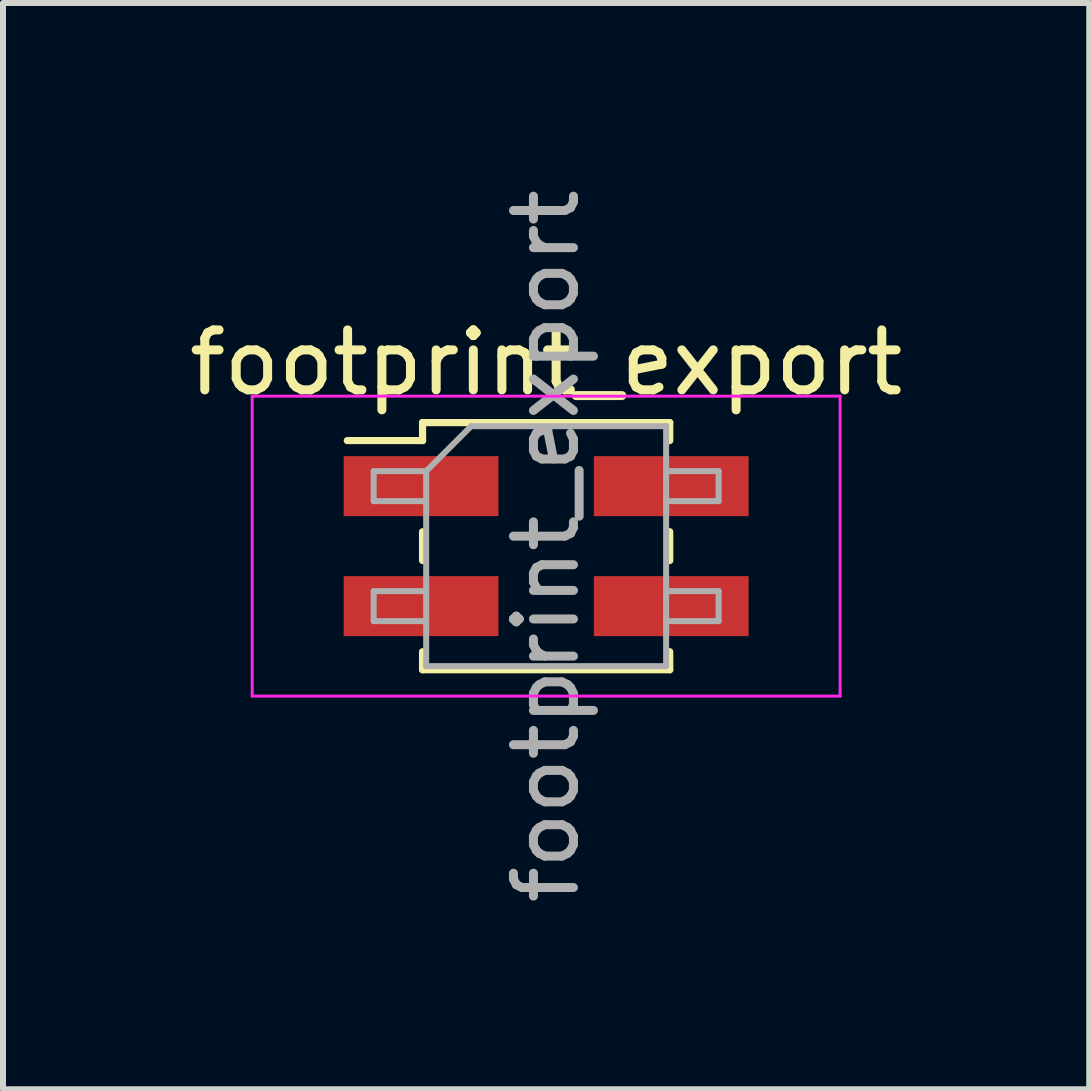
<source format=kicad_pcb>
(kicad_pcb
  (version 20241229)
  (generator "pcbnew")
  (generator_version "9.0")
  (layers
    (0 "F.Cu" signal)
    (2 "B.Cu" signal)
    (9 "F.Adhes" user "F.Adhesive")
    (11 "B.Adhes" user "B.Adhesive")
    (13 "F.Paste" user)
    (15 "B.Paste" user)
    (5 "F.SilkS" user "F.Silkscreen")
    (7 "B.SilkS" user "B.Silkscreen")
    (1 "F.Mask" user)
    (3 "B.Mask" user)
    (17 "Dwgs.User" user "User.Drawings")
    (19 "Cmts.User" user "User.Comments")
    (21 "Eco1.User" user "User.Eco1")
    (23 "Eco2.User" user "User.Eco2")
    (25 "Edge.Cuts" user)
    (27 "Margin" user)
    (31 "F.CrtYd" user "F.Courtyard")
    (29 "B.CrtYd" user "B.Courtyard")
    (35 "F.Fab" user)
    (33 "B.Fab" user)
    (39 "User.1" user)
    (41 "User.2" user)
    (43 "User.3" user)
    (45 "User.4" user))
  (footprint "footprint_export"
    (layer "F.Cu")
    (at 6.054 6.054)
    (property "Reference" "footprint_export" (at 0 -3.06 0) (layer "F.SilkS") (effects (font (size 1 1) (thickness 0.15))))
    (attr smd)
    (fp_line (start -3.315 -1.76) (end -2.06 -1.76) (stroke (width 0.12) (type solid)) (layer "F.SilkS"))
    (fp_line (start -2.06 -2.06) (end -2.06 -1.76) (stroke (width 0.12) (type solid)) (layer "F.SilkS"))
    (fp_line (start -2.06 -2.06) (end 2.06 -2.06) (stroke (width 0.12) (type solid)) (layer "F.SilkS"))
    (fp_line (start -2.06 -0.24) (end -2.06 0.24) (stroke (width 0.12) (type solid)) (layer "F.SilkS"))
    (fp_line (start -2.06 1.76) (end -2.06 2.06) (stroke (width 0.12) (type solid)) (layer "F.SilkS"))
    (fp_line (start -2.06 2.06) (end 2.06 2.06) (stroke (width 0.12) (type solid)) (layer "F.SilkS"))
    (fp_line (start 2.06 -2.06) (end 2.06 -1.76) (stroke (width 0.12) (type solid)) (layer "F.SilkS"))
    (fp_line (start 2.06 -0.24) (end 2.06 0.24) (stroke (width 0.12) (type solid)) (layer "F.SilkS"))
    (fp_line (start 2.06 1.76) (end 2.06 2.06) (stroke (width 0.12) (type solid)) (layer "F.SilkS"))
    (fp_line (start -4.9 -2.5) (end -4.9 2.5) (stroke (width 0.05) (type solid)) (layer "F.CrtYd"))
    (fp_line (start -4.9 2.5) (end 4.9 2.5) (stroke (width 0.05) (type solid)) (layer "F.CrtYd"))
    (fp_line (start 4.9 -2.5) (end -4.9 -2.5) (stroke (width 0.05) (type solid)) (layer "F.CrtYd"))
    (fp_line (start 4.9 2.5) (end 4.9 -2.5) (stroke (width 0.05) (type solid)) (layer "F.CrtYd"))
    (fp_line (start -2.875 -1.25) (end -2.875 -0.75) (stroke (width 0.1) (type solid)) (layer "F.Fab"))
    (fp_line (start -2.875 -0.75) (end -2 -0.75) (stroke (width 0.1) (type solid)) (layer "F.Fab"))
    (fp_line (start -2.875 0.75) (end -2.875 1.25) (stroke (width 0.1) (type solid)) (layer "F.Fab"))
    (fp_line (start -2.875 1.25) (end -2 1.25) (stroke (width 0.1) (type solid)) (layer "F.Fab"))
    (fp_line (start -2 -1.25) (end -2.875 -1.25) (stroke (width 0.1) (type solid)) (layer "F.Fab"))
    (fp_line (start -2 -1.25) (end -1.25 -2) (stroke (width 0.1) (type solid)) (layer "F.Fab"))
    (fp_line (start -2 0.75) (end -2.875 0.75) (stroke (width 0.1) (type solid)) (layer "F.Fab"))
    (fp_line (start -2 2) (end -2 -1.25) (stroke (width 0.1) (type solid)) (layer "F.Fab"))
    (fp_line (start -1.25 -2) (end 2 -2) (stroke (width 0.1) (type solid)) (layer "F.Fab"))
    (fp_line (start 2 -2) (end 2 2) (stroke (width 0.1) (type solid)) (layer "F.Fab"))
    (fp_line (start 2 -1.25) (end 2.875 -1.25) (stroke (width 0.1) (type solid)) (layer "F.Fab"))
    (fp_line (start 2 0.75) (end 2.875 0.75) (stroke (width 0.1) (type solid)) (layer "F.Fab"))
    (fp_line (start 2 2) (end -2 2) (stroke (width 0.1) (type solid)) (layer "F.Fab"))
    (fp_line (start 2.875 -1.25) (end 2.875 -0.75) (stroke (width 0.1) (type solid)) (layer "F.Fab"))
    (fp_line (start 2.875 -0.75) (end 2 -0.75) (stroke (width 0.1) (type solid)) (layer "F.Fab"))
    (fp_line (start 2.875 0.75) (end 2.875 1.25) (stroke (width 0.1) (type solid)) (layer "F.Fab"))
    (fp_line (start 2.875 1.25) (end 2 1.25) (stroke (width 0.1) (type solid)) (layer "F.Fab"))
    (fp_text user "${REFERENCE}" (at 0 0 90) (layer "F.Fab") (effects (font (size 1 1) (thickness 0.15))))
    (pad "1" smd rect (at -2.085 -1) (size 2.58 1) (layers "F.Cu" "F.Mask" "F.Paste"))
    (pad "2" smd rect (at 2.085 -1) (size 2.58 1) (layers "F.Cu" "F.Mask" "F.Paste"))
    (pad "3" smd rect (at -2.085 1) (size 2.58 1) (layers "F.Cu" "F.Mask" "F.Paste"))
    (pad "4" smd rect (at 2.085 1) (size 2.58 1) (layers "F.Cu" "F.Mask" "F.Paste")))
  (gr_rect
    (start -3 -3)
    (end 15.107 15.107)
    (stroke (width 0.1) (type default))
    (fill no)
    (layer "Edge.Cuts")))
</source>
